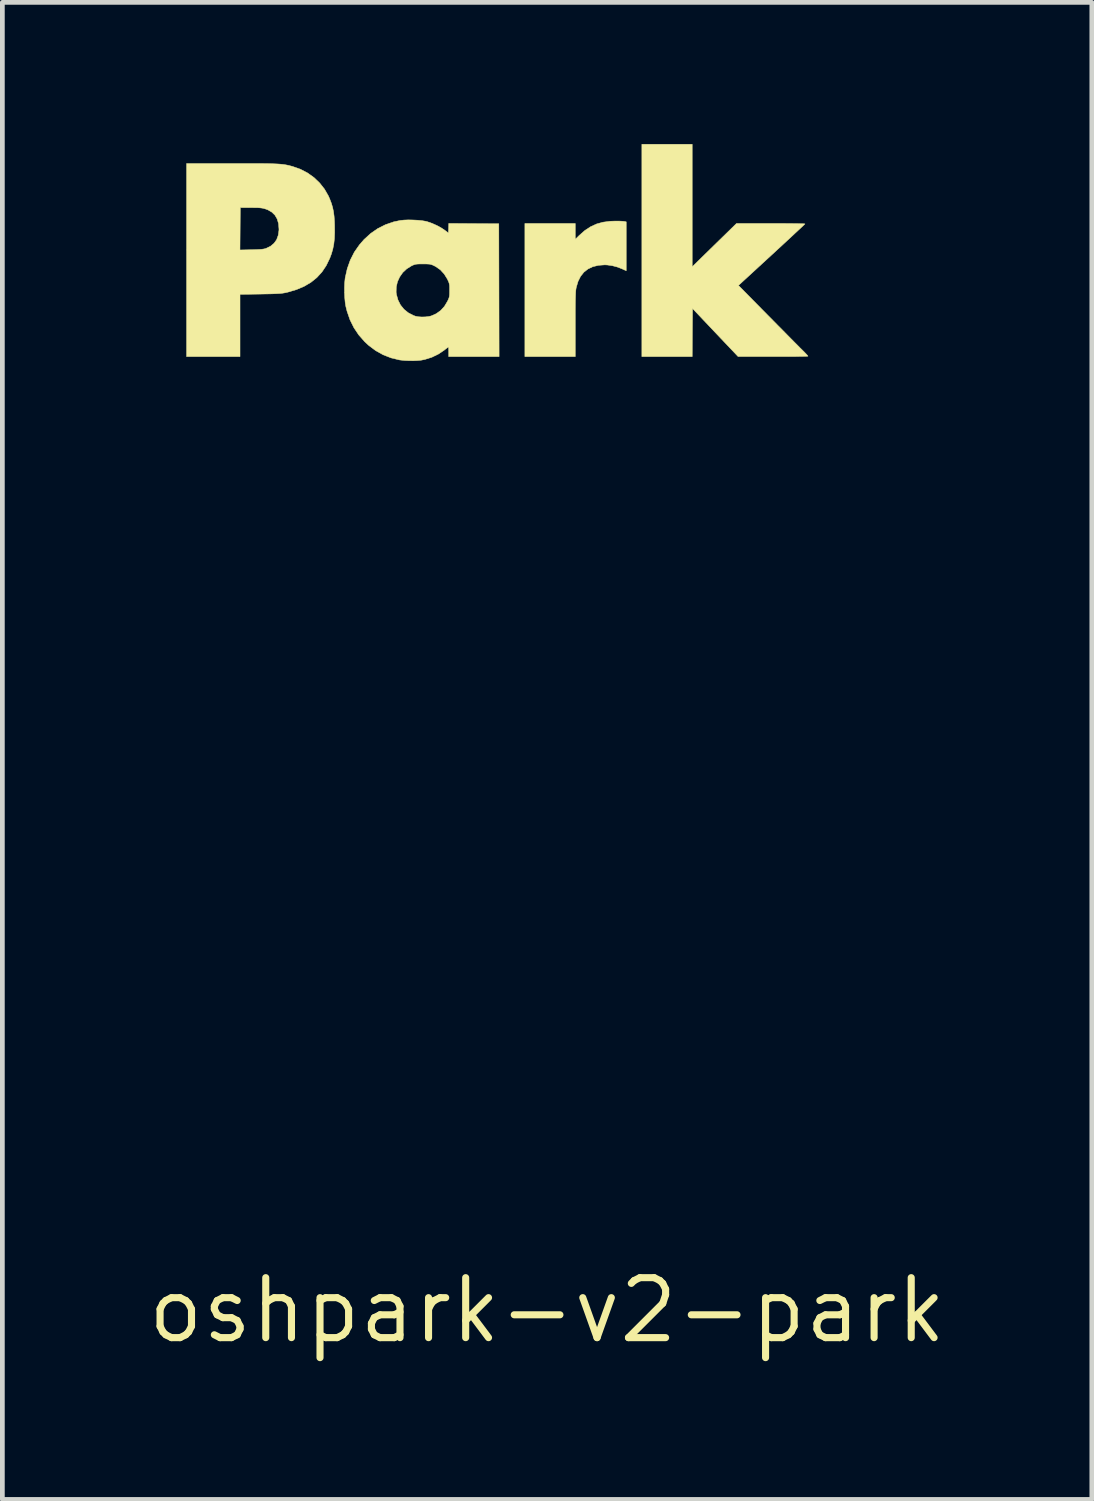
<source format=kicad_pcb>
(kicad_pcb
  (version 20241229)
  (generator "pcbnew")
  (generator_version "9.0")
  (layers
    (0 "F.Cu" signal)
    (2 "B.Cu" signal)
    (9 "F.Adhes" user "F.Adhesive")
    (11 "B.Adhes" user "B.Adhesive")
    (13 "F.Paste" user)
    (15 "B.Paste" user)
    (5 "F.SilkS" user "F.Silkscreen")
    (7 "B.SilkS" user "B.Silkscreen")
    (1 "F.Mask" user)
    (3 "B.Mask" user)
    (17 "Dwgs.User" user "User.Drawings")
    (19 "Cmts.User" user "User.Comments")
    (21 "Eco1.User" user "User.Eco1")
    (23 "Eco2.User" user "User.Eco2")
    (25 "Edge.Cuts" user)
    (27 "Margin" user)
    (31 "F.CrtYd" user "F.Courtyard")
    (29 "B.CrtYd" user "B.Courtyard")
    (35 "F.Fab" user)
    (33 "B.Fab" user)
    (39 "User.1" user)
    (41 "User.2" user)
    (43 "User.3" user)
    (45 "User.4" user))
  (footprint "oshpark-v2-park"
    (layer "F.Cu")
    (at 8.534 24.694)
    (property "Reference" "oshpark-v2-park" (at 0 0 0) (layer "F.SilkS") (effects (font (size 1.27 1.27) (thickness 0.15))))
    (attr through_hole)
    (fp_poly (pts (xy 1.509 -23.063) (xy 1.567 -23.061) (xy 1.612 -23.058) (xy 1.637 -23.055) (xy 1.676 -23.047) (xy 1.676 -22.011) (xy 1.584 -22.053) (xy 1.488 -22.09) (xy 1.382 -22.118) (xy 1.278 -22.133) (xy 1.223 -22.136) (xy 1.087 -22.126) (xy 0.968 -22.097) (xy 0.865 -22.048) (xy 0.779 -21.98) (xy 0.709 -21.892) (xy 0.656 -21.786) (xy 0.618 -21.659) (xy 0.617 -21.651) (xy 0.612 -21.625) (xy 0.608 -21.594) (xy 0.605 -21.556) (xy 0.603 -21.508) (xy 0.601 -21.448) (xy 0.599 -21.375) (xy 0.598 -21.285) (xy 0.597 -21.177) (xy 0.597 -21.048) (xy 0.597 -20.896) (xy 0.597 -20.873) (xy 0.597 -20.193) (xy -0.47 -20.193) (xy -0.47 -23.012) (xy 0.597 -23.012) (xy 0.597 -22.677) (xy 0.683 -22.761) (xy 0.799 -22.863) (xy 0.919 -22.942) (xy 1.046 -23.001) (xy 1.183 -23.039) (xy 1.334 -23.059) (xy 1.446 -23.063) (xy 1.509 -23.063)) (stroke (width 0.01) (type solid)) (fill yes) (layer "F.SilkS"))
    (fp_poly (pts (xy 3.073 -22.095) (xy 3.542 -22.554) (xy 4.011 -23.012) (xy 4.736 -23.012) (xy 4.869 -23.012) (xy 4.994 -23.012) (xy 5.109 -23.011) (xy 5.212 -23.01) (xy 5.299 -23.009) (xy 5.37 -23.007) (xy 5.422 -23.006) (xy 5.453 -23.004) (xy 5.46 -23.003) (xy 5.451 -22.993) (xy 5.424 -22.967) (xy 5.382 -22.927) (xy 5.325 -22.874) (xy 5.255 -22.809) (xy 5.174 -22.733) (xy 5.083 -22.649) (xy 4.983 -22.556) (xy 4.876 -22.458) (xy 4.764 -22.354) (xy 4.756 -22.347) (xy 4.052 -21.7) (xy 4.673 -21.07) (xy 4.78 -20.962) (xy 4.885 -20.855) (xy 4.986 -20.754) (xy 5.08 -20.658) (xy 5.166 -20.571) (xy 5.243 -20.493) (xy 5.308 -20.428) (xy 5.36 -20.375) (xy 5.397 -20.339) (xy 5.409 -20.327) (xy 5.453 -20.283) (xy 5.489 -20.245) (xy 5.514 -20.218) (xy 5.524 -20.203) (xy 5.524 -20.203) (xy 5.512 -20.201) (xy 5.477 -20.199) (xy 5.42 -20.198) (xy 5.345 -20.197) (xy 5.253 -20.195) (xy 5.148 -20.195) (xy 5.03 -20.194) (xy 4.902 -20.194) (xy 4.785 -20.194) (xy 4.045 -20.194) (xy 3.562 -20.703) (xy 3.08 -21.212) (xy 3.076 -20.702) (xy 3.073 -20.193) (xy 2.007 -20.193) (xy 2.007 -24.689) (xy 3.073 -24.689) (xy 3.073 -22.095)) (stroke (width 0.01) (type solid)) (fill yes) (layer "F.SilkS"))
    (fp_poly (pts (xy -6.671 -24.282) (xy -6.482 -24.282) (xy -6.316 -24.282) (xy -6.172 -24.282) (xy -6.047 -24.281) (xy -5.94 -24.28) (xy -5.848 -24.278) (xy -5.77 -24.275) (xy -5.704 -24.272) (xy -5.647 -24.268) (xy -5.597 -24.263) (xy -5.554 -24.257) (xy -5.514 -24.25) (xy -5.475 -24.242) (xy -5.437 -24.232) (xy -5.396 -24.221) (xy -5.385 -24.218) (xy -5.222 -24.16) (xy -5.072 -24.082) (xy -4.935 -23.984) (xy -4.815 -23.869) (xy -4.712 -23.738) (xy -4.629 -23.593) (xy -4.603 -23.533) (xy -4.568 -23.442) (xy -4.542 -23.355) (xy -4.523 -23.266) (xy -4.51 -23.168) (xy -4.502 -23.056) (xy -4.499 -22.968) (xy -4.498 -22.82) (xy -4.503 -22.691) (xy -4.516 -22.576) (xy -4.537 -22.47) (xy -4.567 -22.367) (xy -4.601 -22.276) (xy -4.676 -22.121) (xy -4.767 -21.985) (xy -4.875 -21.867) (xy -5 -21.766) (xy -5.144 -21.681) (xy -5.307 -21.612) (xy -5.489 -21.558) (xy -5.527 -21.549) (xy -5.563 -21.542) (xy -5.6 -21.536) (xy -5.642 -21.531) (xy -5.691 -21.528) (xy -5.751 -21.525) (xy -5.825 -21.522) (xy -5.917 -21.52) (xy -6.03 -21.518) (xy -6.074 -21.517) (xy -6.502 -21.511) (xy -6.502 -20.193) (xy -7.633 -20.193) (xy -7.633 -22.451) (xy -6.503 -22.451) (xy -6.258 -22.456) (xy -6.166 -22.459) (xy -6.094 -22.462) (xy -6.04 -22.466) (xy -5.999 -22.472) (xy -5.967 -22.479) (xy -5.95 -22.485) (xy -5.856 -22.53) (xy -5.781 -22.593) (xy -5.726 -22.67) (xy -5.692 -22.764) (xy -5.677 -22.871) (xy -5.677 -22.894) (xy -5.686 -23.009) (xy -5.715 -23.107) (xy -5.762 -23.188) (xy -5.829 -23.253) (xy -5.915 -23.302) (xy -5.959 -23.318) (xy -5.995 -23.329) (xy -6.031 -23.337) (xy -6.069 -23.342) (xy -6.117 -23.346) (xy -6.178 -23.347) (xy -6.259 -23.348) (xy -6.273 -23.348) (xy -6.496 -23.349) (xy -6.503 -22.451) (xy -7.633 -22.451) (xy -7.633 -24.282) (xy -6.671 -24.282)) (stroke (width 0.01) (type solid)) (fill yes) (layer "F.SilkS"))
    (fp_poly (pts (xy -2.842 -23.086) (xy -2.743 -23.081) (xy -2.651 -23.072) (xy -2.573 -23.059) (xy -2.54 -23.051) (xy -2.436 -23.015) (xy -2.329 -22.967) (xy -2.23 -22.912) (xy -2.165 -22.868) (xy -2.089 -22.811) (xy -2.085 -22.912) (xy -2.082 -23.013) (xy -1.552 -23.009) (xy -1.022 -23.006) (xy -1.016 -20.193) (xy -2.083 -20.193) (xy -2.083 -20.295) (xy -2.084 -20.342) (xy -2.085 -20.377) (xy -2.088 -20.395) (xy -2.089 -20.396) (xy -2.101 -20.389) (xy -2.128 -20.369) (xy -2.164 -20.341) (xy -2.173 -20.333) (xy -2.299 -20.248) (xy -2.439 -20.18) (xy -2.588 -20.133) (xy -2.667 -20.117) (xy -2.74 -20.11) (xy -2.829 -20.106) (xy -2.925 -20.107) (xy -3.019 -20.111) (xy -3.103 -20.12) (xy -3.126 -20.123) (xy -3.303 -20.166) (xy -3.472 -20.232) (xy -3.631 -20.321) (xy -3.779 -20.432) (xy -3.862 -20.509) (xy -3.987 -20.651) (xy -4.09 -20.805) (xy -4.173 -20.972) (xy -4.236 -21.155) (xy -4.262 -21.26) (xy -4.275 -21.34) (xy -4.284 -21.438) (xy -4.289 -21.545) (xy -4.289 -21.556) (xy -3.196 -21.556) (xy -3.19 -21.511) (xy -3.157 -21.392) (xy -3.104 -21.286) (xy -3.03 -21.195) (xy -2.939 -21.121) (xy -2.832 -21.065) (xy -2.788 -21.049) (xy -2.728 -21.037) (xy -2.654 -21.032) (xy -2.575 -21.034) (xy -2.501 -21.043) (xy -2.455 -21.054) (xy -2.348 -21.101) (xy -2.253 -21.169) (xy -2.173 -21.257) (xy -2.111 -21.361) (xy -2.09 -21.403) (xy -2.077 -21.437) (xy -2.069 -21.469) (xy -2.065 -21.508) (xy -2.064 -21.56) (xy -2.064 -21.596) (xy -2.064 -21.659) (xy -2.066 -21.704) (xy -2.072 -21.738) (xy -2.082 -21.77) (xy -2.099 -21.808) (xy -2.112 -21.836) (xy -2.178 -21.942) (xy -2.26 -22.031) (xy -2.357 -22.099) (xy -2.384 -22.113) (xy -2.421 -22.131) (xy -2.451 -22.142) (xy -2.482 -22.15) (xy -2.519 -22.153) (xy -2.568 -22.155) (xy -2.629 -22.155) (xy -2.696 -22.155) (xy -2.744 -22.153) (xy -2.78 -22.149) (xy -2.81 -22.141) (xy -2.841 -22.129) (xy -2.874 -22.113) (xy -2.973 -22.051) (xy -3.056 -21.973) (xy -3.121 -21.88) (xy -3.168 -21.778) (xy -3.193 -21.669) (xy -3.196 -21.556) (xy -4.289 -21.556) (xy -4.29 -21.653) (xy -4.286 -21.755) (xy -4.277 -21.843) (xy -4.275 -21.86) (xy -4.231 -22.055) (xy -4.167 -22.236) (xy -4.082 -22.404) (xy -3.974 -22.559) (xy -3.876 -22.672) (xy -3.737 -22.799) (xy -3.586 -22.904) (xy -3.423 -22.986) (xy -3.25 -23.046) (xy -3.108 -23.076) (xy -3.032 -23.084) (xy -2.941 -23.088) (xy -2.842 -23.086)) (stroke (width 0.01) (type solid)) (fill yes) (layer "F.SilkS")))
  (gr_rect
    (start -3 -3)
    (end 20.069 28.7)
    (stroke (width 0.1) (type default))
    (fill no)
    (layer "Edge.Cuts")))
</source>
